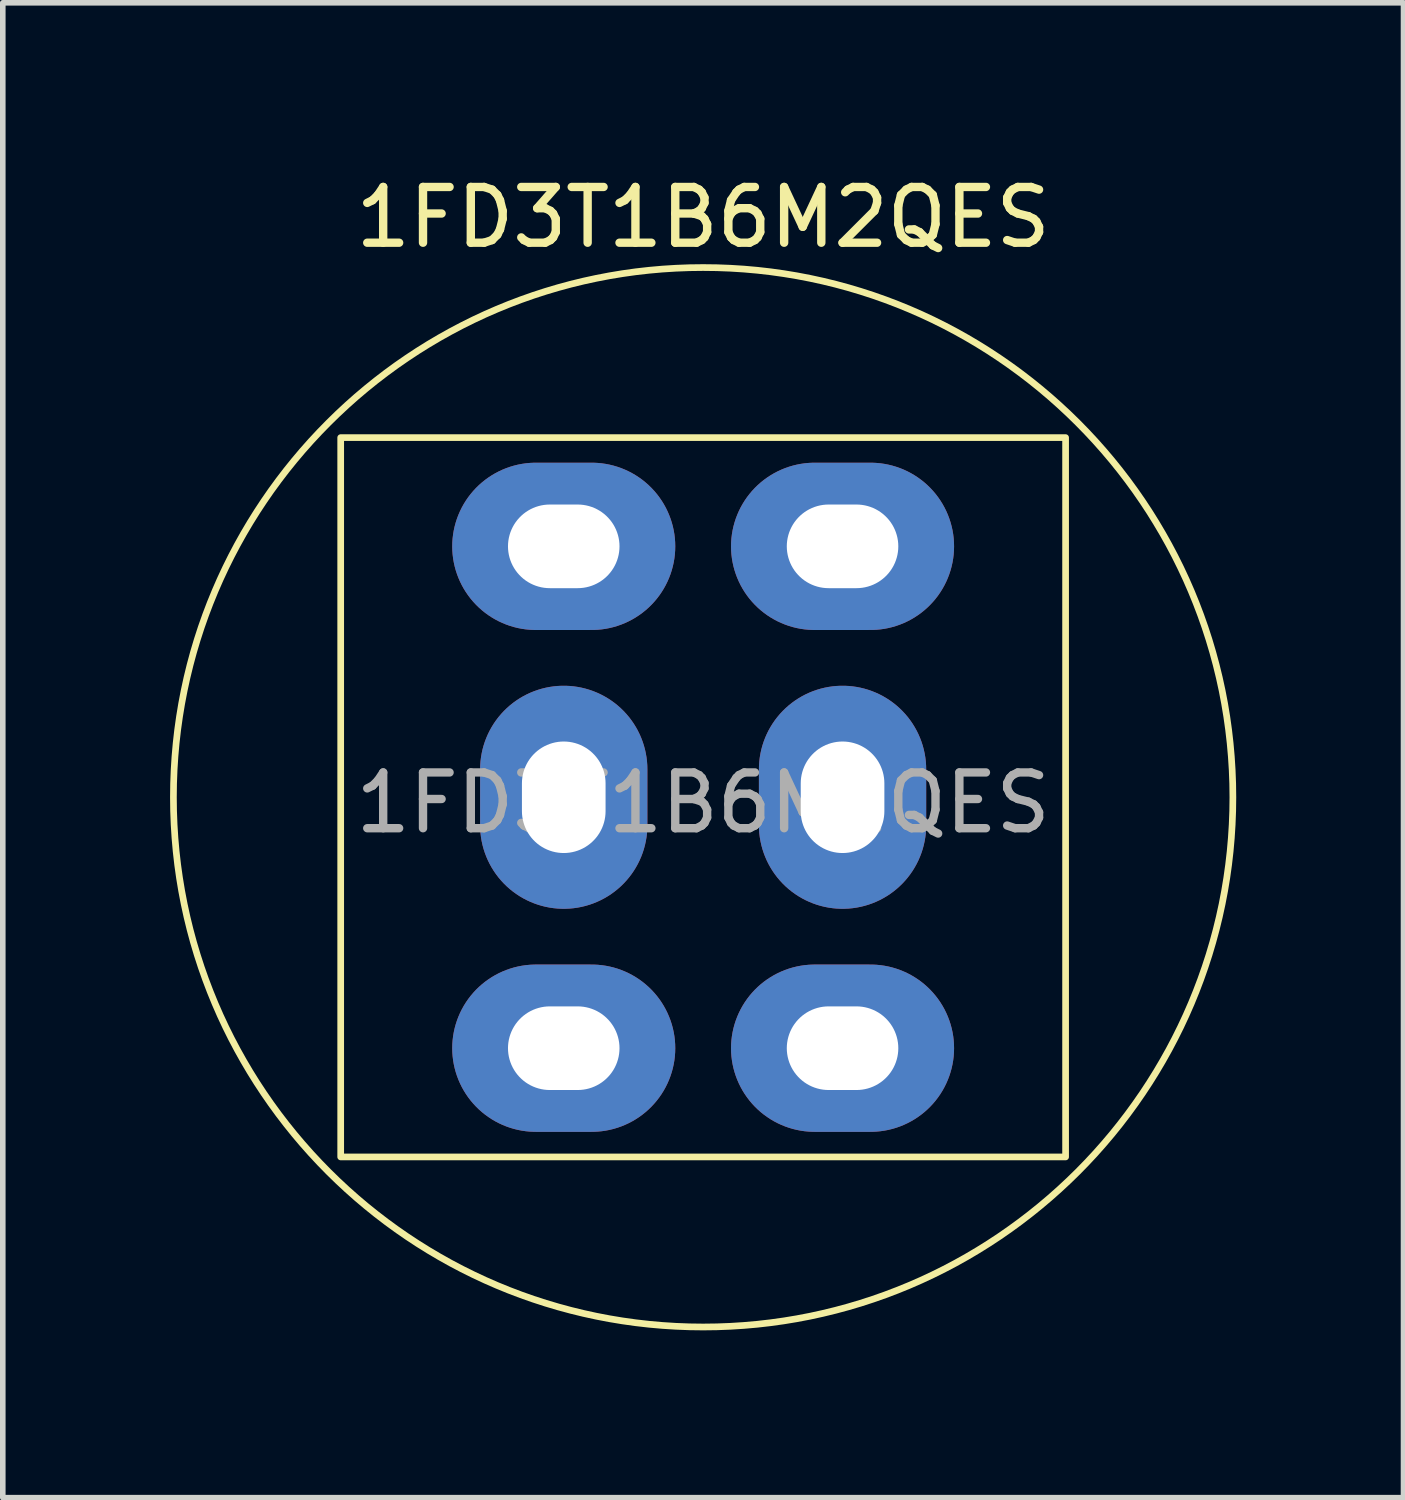
<source format=kicad_pcb>
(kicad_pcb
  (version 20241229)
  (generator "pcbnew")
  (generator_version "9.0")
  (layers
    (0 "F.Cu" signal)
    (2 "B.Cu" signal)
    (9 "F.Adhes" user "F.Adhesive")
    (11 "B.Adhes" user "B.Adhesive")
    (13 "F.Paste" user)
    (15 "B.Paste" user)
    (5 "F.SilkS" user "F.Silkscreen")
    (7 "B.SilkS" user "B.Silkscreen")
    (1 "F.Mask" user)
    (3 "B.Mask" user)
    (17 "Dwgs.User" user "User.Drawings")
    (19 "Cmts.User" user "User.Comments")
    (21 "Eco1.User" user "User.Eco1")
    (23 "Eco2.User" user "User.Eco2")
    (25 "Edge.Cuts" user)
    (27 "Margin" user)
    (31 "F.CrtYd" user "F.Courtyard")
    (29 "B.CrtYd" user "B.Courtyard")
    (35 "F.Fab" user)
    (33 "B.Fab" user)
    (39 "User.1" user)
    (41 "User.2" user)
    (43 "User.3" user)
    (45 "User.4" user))
  (footprint "1FD3T1B6M2QES"
    (layer "F.Cu")
    (at 9.56 11.248)
    (property "Reference" "1FD3T1B6M2QES" (at 0 -10.4 0) (unlocked yes) (layer "F.SilkS") (effects (font (size 1 1) (thickness 0.15))))
    (attr through_hole)
    (fp_rect (start -6.5 -6.45) (end 6.5 6.45) (stroke (width 0.12) (type default)) (fill no) (layer "F.SilkS"))
    (fp_circle (center 0 0) (end 9.5 0) (stroke (width 0.12) (type default)) (fill no) (layer "F.SilkS"))
    (fp_text user "${REFERENCE}" (at 0 0.1 0) (unlocked yes) (layer "F.Fab") (effects (font (size 1 1) (thickness 0.15))))
    (pad "1" thru_hole oval (at 2.5 4.5) (size 4 3) (drill oval 2 1.5) (layers "*.Cu" "*.Mask"))
    (pad "2" thru_hole oval (at 2.5 0 270) (size 4 3) (drill oval 2 1.5) (layers "*.Cu" "*.Mask"))
    (pad "3" thru_hole oval (at 2.5 -4.5) (size 4 3) (drill oval 2 1.5) (layers "*.Cu" "*.Mask"))
    (pad "4" thru_hole oval (at -2.5 4.5) (size 4 3) (drill oval 2 1.5) (layers "*.Cu" "*.Mask"))
    (pad "5" thru_hole oval (at -2.5 0 90) (size 4 3) (drill oval 2 1.5) (layers "*.Cu" "*.Mask"))
    (pad "6" thru_hole oval (at -2.5 -4.5) (size 4 3) (drill oval 2 1.5) (layers "*.Cu" "*.Mask")))
  (gr_rect
    (start -3 -3)
    (end 22.12 23.808)
    (stroke (width 0.1) (type default))
    (fill no)
    (layer "Edge.Cuts")))
</source>
